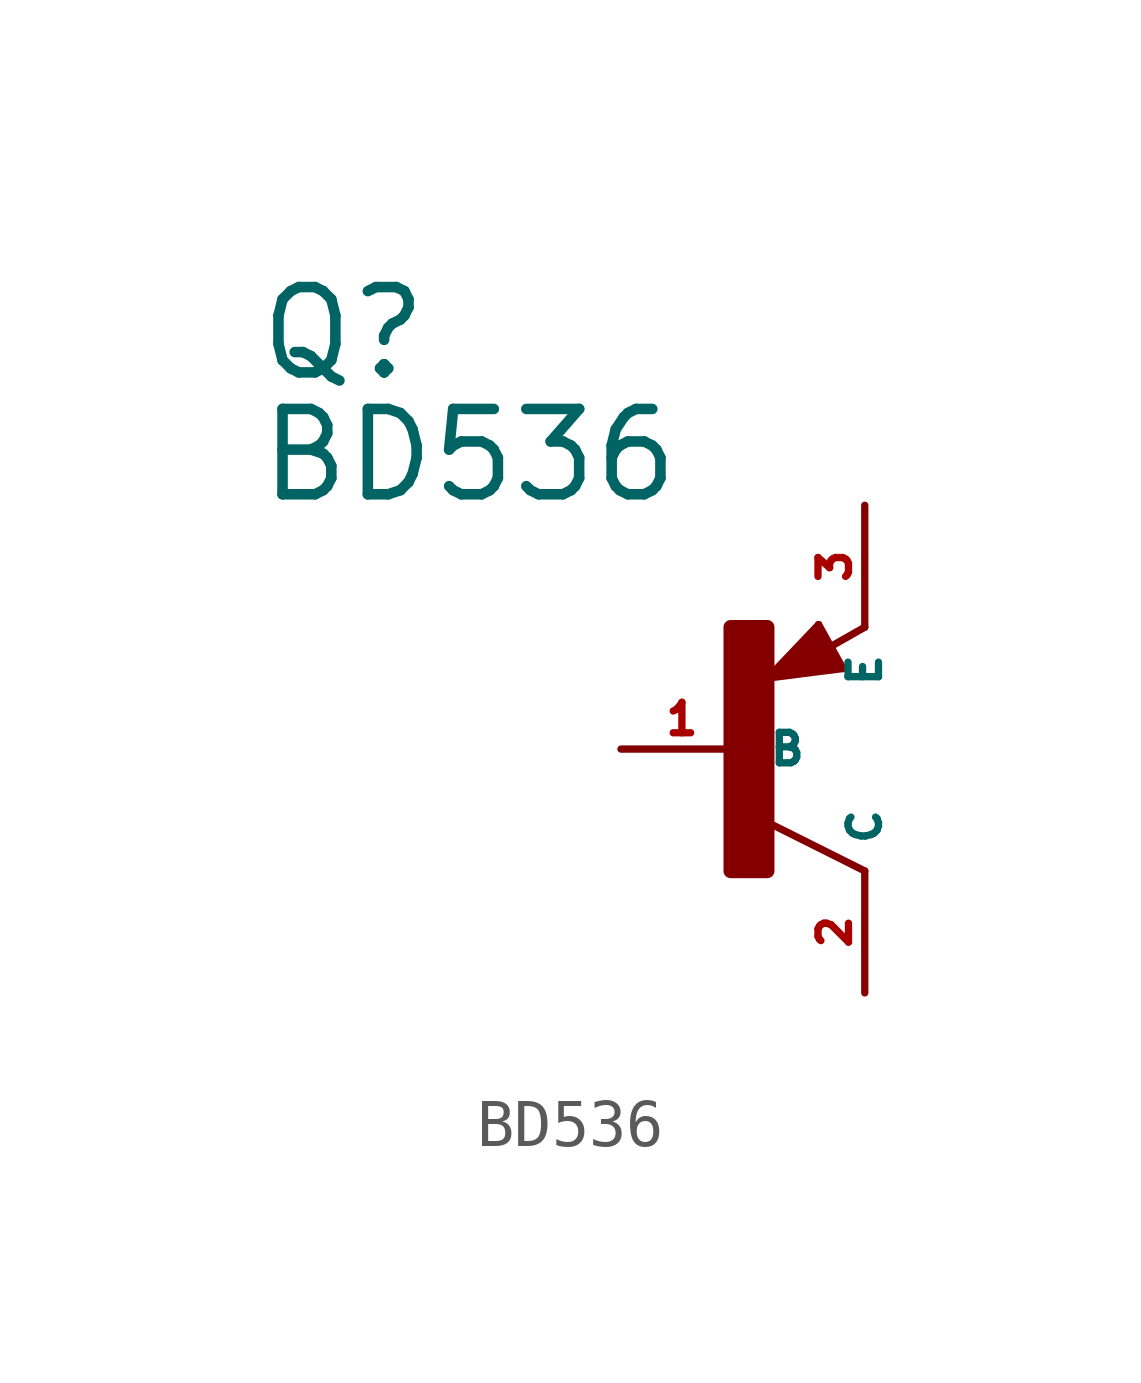
<source format=kicad_sym>
(kicad_symbol_lib
  (version 20220914)
  (generator Eagle2Kicad)
  (symbol "BD536"
    (property "Reference" "Q"
      (at -10.16 7.62 0)
      (effects (font (size 1.778 1.778) (thickness 0.22)) (justify left bottom)))
    (property "Value" "BD536"
      (at -10.16 5.08 0)
      (effects (font (size 1.778 1.778) (thickness 0.22)) (justify left bottom)))
    (polyline
      (pts (xy 2.086 1.678) (xy 1.578 2.594))
      (stroke (width 0.152) (type default))
      (fill (type none)))
    (polyline
      (pts (xy 1.578 2.594) (xy 0.516 1.478))
      (stroke (width 0.152) (type default))
      (fill (type none)))
    (polyline
      (pts (xy 0.516 1.478) (xy 2.086 1.678))
      (stroke (width 0.152) (type default))
      (fill (type none)))
    (polyline
      (pts (xy 2.54 2.54) (xy 1.808 2.124))
      (stroke (width 0.152) (type default))
      (fill (type none)))
    (polyline
      (pts (xy 2.54 -2.54) (xy 0.508 -1.524))
      (stroke (width 0.152) (type default))
      (fill (type none)))
    (polyline
      (pts (xy 1.905 1.778) (xy 1.524 2.413))
      (stroke (width 0.254) (type default))
      (fill (type none)))
    (polyline
      (pts (xy 1.524 2.413) (xy 0.762 1.651))
      (stroke (width 0.254) (type default))
      (fill (type none)))
    (polyline
      (pts (xy 0.762 1.651) (xy 1.778 1.778))
      (stroke (width 0.254) (type default))
      (fill (type none)))
    (polyline
      (pts (xy 1.778 1.778) (xy 1.524 2.159))
      (stroke (width 0.254) (type default))
      (fill (type none)))
    (polyline
      (pts (xy 1.524 2.159) (xy 1.143 1.905))
      (stroke (width 0.254) (type default))
      (fill (type none)))
    (polyline
      (pts (xy 1.143 1.905) (xy 1.524 1.905))
      (stroke (width 0.254) (type default))
      (fill (type none)))
    (rectangle
      (start -0.254 -2.54)
      (end 0.508 2.54)
      (stroke (width 0.3) (type default))
      (fill (type outline)))
    (pin passive line
      (at -2.54 0 0)
      (length 2.54)
      (name "B" (effects (font (size 0.635 0.635) (thickness 0.08)) (justify left bottom)))
      (number "1" (effects (font (size 0.635 0.635) (thickness 0.08)) (justify left bottom))))
    (pin passive line
      (at 2.54 5.08 270)
      (length 2.54)
      (name "E" (effects (font (size 0.635 0.635) (thickness 0.08)) (justify left bottom)))
      (number "3" (effects (font (size 0.635 0.635) (thickness 0.08)) (justify left bottom))))
    (pin passive line
      (at 2.54 -5.08 90)
      (length 2.54)
      (name "C" (effects (font (size 0.635 0.635) (thickness 0.08)) (justify left bottom)))
      (number "2" (effects (font (size 0.635 0.635) (thickness 0.08)) (justify left bottom))))))
</source>
